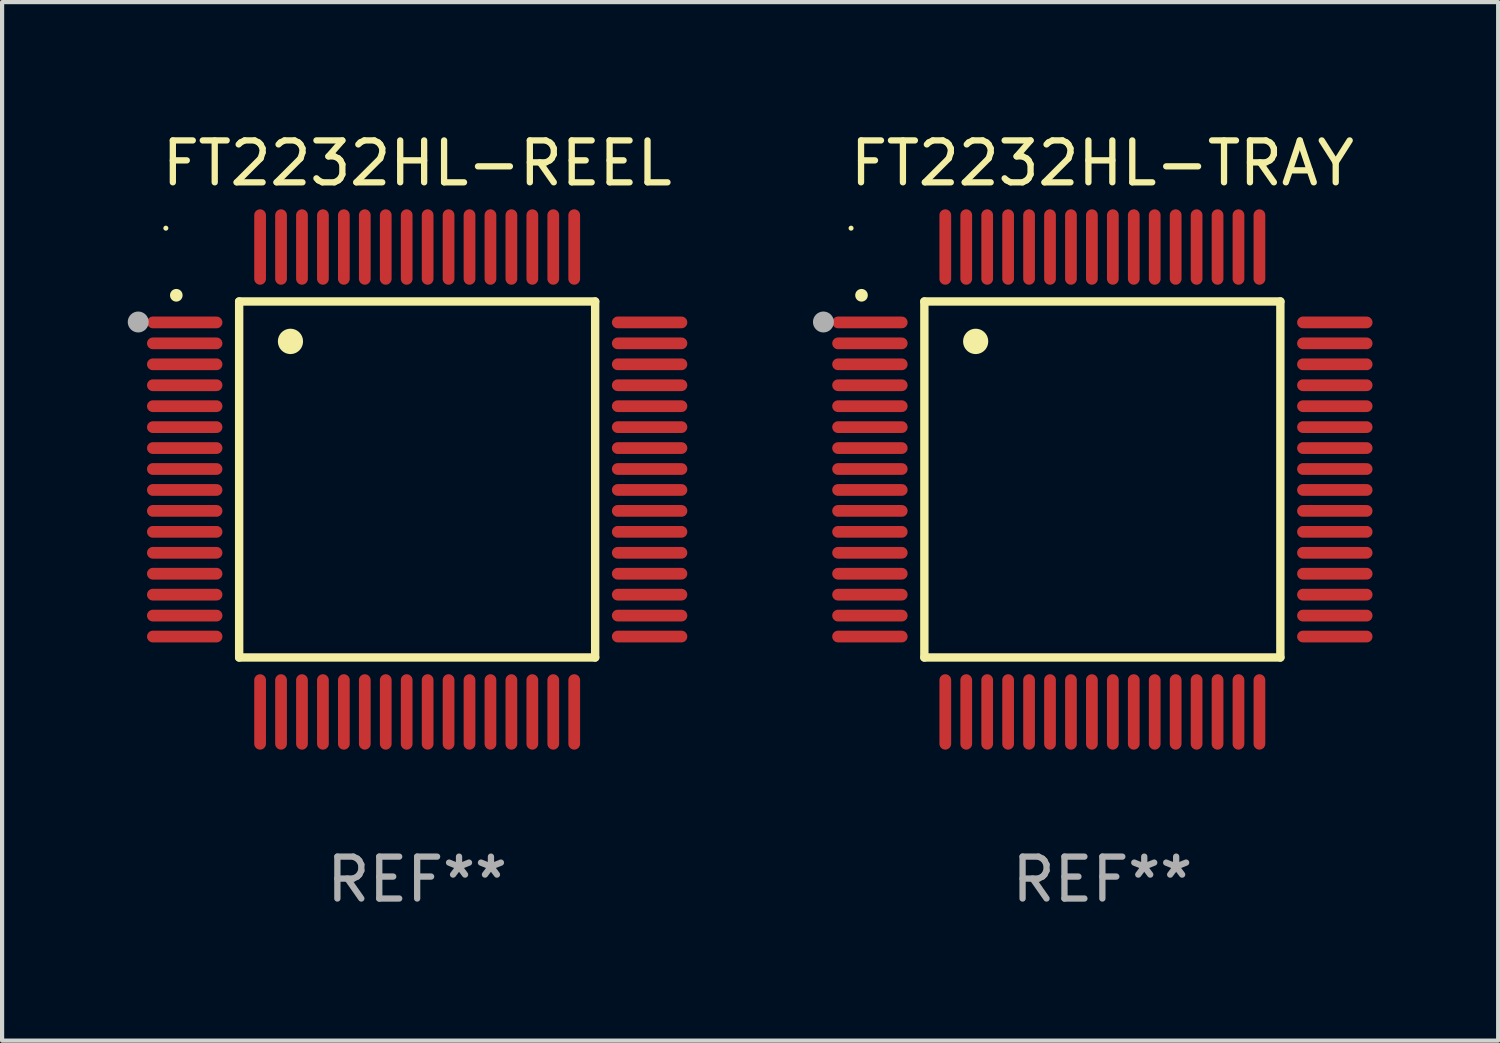
<source format=kicad_pcb>
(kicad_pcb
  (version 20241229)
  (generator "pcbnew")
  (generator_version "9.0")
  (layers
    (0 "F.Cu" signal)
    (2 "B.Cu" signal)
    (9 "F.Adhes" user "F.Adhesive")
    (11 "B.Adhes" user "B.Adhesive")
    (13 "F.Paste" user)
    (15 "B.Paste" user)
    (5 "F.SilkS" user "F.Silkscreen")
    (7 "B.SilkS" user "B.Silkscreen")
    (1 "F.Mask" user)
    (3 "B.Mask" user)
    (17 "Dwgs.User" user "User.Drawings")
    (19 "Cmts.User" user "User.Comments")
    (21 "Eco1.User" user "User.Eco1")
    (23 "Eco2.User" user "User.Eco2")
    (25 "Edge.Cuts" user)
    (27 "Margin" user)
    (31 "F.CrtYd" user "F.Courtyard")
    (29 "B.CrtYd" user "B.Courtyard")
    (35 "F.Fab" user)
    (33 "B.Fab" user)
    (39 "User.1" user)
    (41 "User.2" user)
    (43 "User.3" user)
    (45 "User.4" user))
  (footprint "FT2232HL-TRAY"
    (layer "F.Cu")
    (at 23.27 8.398)
    (property "Reference" "FT2232HL-TRAY" (at 0 -7.55 0) (layer "F.SilkS") (effects (font (size 1 1) (thickness 0.15))))
    (attr through_hole)
    (fp_line (start -4.25 -4.25) (end -4.25 4.25) (stroke (width 0.2) (type solid)) (layer "F.SilkS"))
    (fp_line (start -4.25 4.25) (end 4.25 4.25) (stroke (width 0.2) (type solid)) (layer "F.SilkS"))
    (fp_line (start 4.25 -4.25) (end -4.25 -4.25) (stroke (width 0.2) (type solid)) (layer "F.SilkS"))
    (fp_line (start 4.25 4.25) (end 4.25 -4.25) (stroke (width 0.2) (type solid)) (layer "F.SilkS"))
    (fp_arc (start -5.750572 -4.396749) (mid -5.750577 -4.398019) (end -5.750572 -4.399289) (stroke (width 0.3) (type solid)) (layer "F.SilkS"))
    (fp_arc (start -3.025146 -3.294387) (mid -3.025157 -3.296927) (end -3.025146 -3.299467) (stroke (width 0.6) (type solid)) (layer "F.SilkS"))
    (fp_circle (center -6 -6) (end -5.97 -6) (stroke (width 0.06) (type solid)) (fill no) (layer "F.SilkS"))
    (fp_circle (center -6.66 -3.76) (end -6.535 -3.76) (stroke (width 0.25) (type solid)) (fill no) (layer "F.Fab"))
    (fp_text user "REF**" (at 0 9.55 0) (layer "F.Fab") (effects (font (size 1 1) (thickness 0.15))))
    (pad "1" smd oval (at -5.55 -3.75) (size 1.8 0.28) (layers "F.Cu" "F.Mask" "F.Paste"))
    (pad "2" smd oval (at -5.55 -3.25) (size 1.8 0.28) (layers "F.Cu" "F.Mask" "F.Paste"))
    (pad "3" smd oval (at -5.55 -2.75) (size 1.8 0.28) (layers "F.Cu" "F.Mask" "F.Paste"))
    (pad "4" smd oval (at -5.55 -2.25) (size 1.8 0.28) (layers "F.Cu" "F.Mask" "F.Paste"))
    (pad "5" smd oval (at -5.55 -1.75) (size 1.8 0.28) (layers "F.Cu" "F.Mask" "F.Paste"))
    (pad "6" smd oval (at -5.55 -1.25) (size 1.8 0.28) (layers "F.Cu" "F.Mask" "F.Paste"))
    (pad "7" smd oval (at -5.55 -0.75) (size 1.8 0.28) (layers "F.Cu" "F.Mask" "F.Paste"))
    (pad "8" smd oval (at -5.55 -0.25) (size 1.8 0.28) (layers "F.Cu" "F.Mask" "F.Paste"))
    (pad "9" smd oval (at -5.55 0.25) (size 1.8 0.28) (layers "F.Cu" "F.Mask" "F.Paste"))
    (pad "10" smd oval (at -5.55 0.75) (size 1.8 0.28) (layers "F.Cu" "F.Mask" "F.Paste"))
    (pad "11" smd oval (at -5.55 1.25) (size 1.8 0.28) (layers "F.Cu" "F.Mask" "F.Paste"))
    (pad "12" smd oval (at -5.55 1.75) (size 1.8 0.28) (layers "F.Cu" "F.Mask" "F.Paste"))
    (pad "13" smd oval (at -5.55 2.25) (size 1.8 0.28) (layers "F.Cu" "F.Mask" "F.Paste"))
    (pad "14" smd oval (at -5.55 2.75) (size 1.8 0.28) (layers "F.Cu" "F.Mask" "F.Paste"))
    (pad "15" smd oval (at -5.55 3.25) (size 1.8 0.28) (layers "F.Cu" "F.Mask" "F.Paste"))
    (pad "16" smd oval (at -5.55 3.75) (size 1.8 0.28) (layers "F.Cu" "F.Mask" "F.Paste"))
    (pad "17" smd oval (at -3.75 5.55) (size 0.28 1.8) (layers "F.Cu" "F.Mask" "F.Paste"))
    (pad "18" smd oval (at -3.25 5.55) (size 0.28 1.8) (layers "F.Cu" "F.Mask" "F.Paste"))
    (pad "19" smd oval (at -2.75 5.55) (size 0.28 1.8) (layers "F.Cu" "F.Mask" "F.Paste"))
    (pad "20" smd oval (at -2.25 5.55) (size 0.28 1.8) (layers "F.Cu" "F.Mask" "F.Paste"))
    (pad "21" smd oval (at -1.75 5.55) (size 0.28 1.8) (layers "F.Cu" "F.Mask" "F.Paste"))
    (pad "22" smd oval (at -1.25 5.55) (size 0.28 1.8) (layers "F.Cu" "F.Mask" "F.Paste"))
    (pad "23" smd oval (at -0.75 5.55) (size 0.28 1.8) (layers "F.Cu" "F.Mask" "F.Paste"))
    (pad "24" smd oval (at -0.25 5.55) (size 0.28 1.8) (layers "F.Cu" "F.Mask" "F.Paste"))
    (pad "25" smd oval (at 0.25 5.55) (size 0.28 1.8) (layers "F.Cu" "F.Mask" "F.Paste"))
    (pad "26" smd oval (at 0.75 5.55) (size 0.28 1.8) (layers "F.Cu" "F.Mask" "F.Paste"))
    (pad "27" smd oval (at 1.25 5.55) (size 0.28 1.8) (layers "F.Cu" "F.Mask" "F.Paste"))
    (pad "28" smd oval (at 1.75 5.55) (size 0.28 1.8) (layers "F.Cu" "F.Mask" "F.Paste"))
    (pad "29" smd oval (at 2.25 5.55) (size 0.28 1.8) (layers "F.Cu" "F.Mask" "F.Paste"))
    (pad "30" smd oval (at 2.75 5.55) (size 0.28 1.8) (layers "F.Cu" "F.Mask" "F.Paste"))
    (pad "31" smd oval (at 3.25 5.55) (size 0.28 1.8) (layers "F.Cu" "F.Mask" "F.Paste"))
    (pad "32" smd oval (at 3.75 5.55) (size 0.28 1.8) (layers "F.Cu" "F.Mask" "F.Paste"))
    (pad "33" smd oval (at 5.55 3.75) (size 1.8 0.28) (layers "F.Cu" "F.Mask" "F.Paste"))
    (pad "34" smd oval (at 5.55 3.25) (size 1.8 0.28) (layers "F.Cu" "F.Mask" "F.Paste"))
    (pad "35" smd oval (at 5.55 2.75) (size 1.8 0.28) (layers "F.Cu" "F.Mask" "F.Paste"))
    (pad "36" smd oval (at 5.55 2.25) (size 1.8 0.28) (layers "F.Cu" "F.Mask" "F.Paste"))
    (pad "37" smd oval (at 5.55 1.75) (size 1.8 0.28) (layers "F.Cu" "F.Mask" "F.Paste"))
    (pad "38" smd oval (at 5.55 1.25) (size 1.8 0.28) (layers "F.Cu" "F.Mask" "F.Paste"))
    (pad "39" smd oval (at 5.55 0.75) (size 1.8 0.28) (layers "F.Cu" "F.Mask" "F.Paste"))
    (pad "40" smd oval (at 5.55 0.25) (size 1.8 0.28) (layers "F.Cu" "F.Mask" "F.Paste"))
    (pad "41" smd oval (at 5.55 -0.25) (size 1.8 0.28) (layers "F.Cu" "F.Mask" "F.Paste"))
    (pad "42" smd oval (at 5.55 -0.75) (size 1.8 0.28) (layers "F.Cu" "F.Mask" "F.Paste"))
    (pad "43" smd oval (at 5.55 -1.25) (size 1.8 0.28) (layers "F.Cu" "F.Mask" "F.Paste"))
    (pad "44" smd oval (at 5.55 -1.75) (size 1.8 0.28) (layers "F.Cu" "F.Mask" "F.Paste"))
    (pad "45" smd oval (at 5.55 -2.25) (size 1.8 0.28) (layers "F.Cu" "F.Mask" "F.Paste"))
    (pad "46" smd oval (at 5.55 -2.75) (size 1.8 0.28) (layers "F.Cu" "F.Mask" "F.Paste"))
    (pad "47" smd oval (at 5.55 -3.25) (size 1.8 0.28) (layers "F.Cu" "F.Mask" "F.Paste"))
    (pad "48" smd oval (at 5.55 -3.75) (size 1.8 0.28) (layers "F.Cu" "F.Mask" "F.Paste"))
    (pad "49" smd oval (at 3.75 -5.55) (size 0.28 1.8) (layers "F.Cu" "F.Mask" "F.Paste"))
    (pad "50" smd oval (at 3.25 -5.55) (size 0.28 1.8) (layers "F.Cu" "F.Mask" "F.Paste"))
    (pad "51" smd oval (at 2.75 -5.55) (size 0.28 1.8) (layers "F.Cu" "F.Mask" "F.Paste"))
    (pad "52" smd oval (at 2.25 -5.55) (size 0.28 1.8) (layers "F.Cu" "F.Mask" "F.Paste"))
    (pad "53" smd oval (at 1.75 -5.55) (size 0.28 1.8) (layers "F.Cu" "F.Mask" "F.Paste"))
    (pad "54" smd oval (at 1.25 -5.55) (size 0.28 1.8) (layers "F.Cu" "F.Mask" "F.Paste"))
    (pad "55" smd oval (at 0.75 -5.55) (size 0.28 1.8) (layers "F.Cu" "F.Mask" "F.Paste"))
    (pad "56" smd oval (at 0.25 -5.55) (size 0.28 1.8) (layers "F.Cu" "F.Mask" "F.Paste"))
    (pad "57" smd oval (at -0.25 -5.55) (size 0.28 1.8) (layers "F.Cu" "F.Mask" "F.Paste"))
    (pad "58" smd oval (at -0.75 -5.55) (size 0.28 1.8) (layers "F.Cu" "F.Mask" "F.Paste"))
    (pad "59" smd oval (at -1.25 -5.55) (size 0.28 1.8) (layers "F.Cu" "F.Mask" "F.Paste"))
    (pad "60" smd oval (at -1.75 -5.55) (size 0.28 1.8) (layers "F.Cu" "F.Mask" "F.Paste"))
    (pad "61" smd oval (at -2.25 -5.55) (size 0.28 1.8) (layers "F.Cu" "F.Mask" "F.Paste"))
    (pad "62" smd oval (at -2.75 -5.55) (size 0.28 1.8) (layers "F.Cu" "F.Mask" "F.Paste"))
    (pad "63" smd oval (at -3.25 -5.55) (size 0.28 1.8) (layers "F.Cu" "F.Mask" "F.Paste"))
    (pad "64" smd oval (at -3.75 -5.55) (size 0.28 1.8) (layers "F.Cu" "F.Mask" "F.Paste")))
  (footprint "FT2232HL-REEL"
    (layer "F.Cu")
    (at 6.91 8.398)
    (property "Reference" "FT2232HL-REEL" (at 0 -7.55 0) (layer "F.SilkS") (effects (font (size 1 1) (thickness 0.15))))
    (attr through_hole)
    (fp_line (start -4.25 -4.25) (end -4.25 4.25) (stroke (width 0.2) (type solid)) (layer "F.SilkS"))
    (fp_line (start -4.25 4.25) (end 4.25 4.25) (stroke (width 0.2) (type solid)) (layer "F.SilkS"))
    (fp_line (start 4.25 -4.25) (end -4.25 -4.25) (stroke (width 0.2) (type solid)) (layer "F.SilkS"))
    (fp_line (start 4.25 4.25) (end 4.25 -4.25) (stroke (width 0.2) (type solid)) (layer "F.SilkS"))
    (fp_arc (start -5.750572 -4.396749) (mid -5.750577 -4.398019) (end -5.750572 -4.399289) (stroke (width 0.3) (type solid)) (layer "F.SilkS"))
    (fp_arc (start -3.025146 -3.294387) (mid -3.025157 -3.296927) (end -3.025146 -3.299467) (stroke (width 0.6) (type solid)) (layer "F.SilkS"))
    (fp_circle (center -6 -6) (end -5.97 -6) (stroke (width 0.06) (type solid)) (fill no) (layer "F.SilkS"))
    (fp_circle (center -6.66 -3.76) (end -6.535 -3.76) (stroke (width 0.25) (type solid)) (fill no) (layer "F.Fab"))
    (fp_text user "REF**" (at 0 9.55 0) (layer "F.Fab") (effects (font (size 1 1) (thickness 0.15))))
    (pad "1" smd oval (at -5.55 -3.75) (size 1.8 0.28) (layers "F.Cu" "F.Mask" "F.Paste"))
    (pad "2" smd oval (at -5.55 -3.25) (size 1.8 0.28) (layers "F.Cu" "F.Mask" "F.Paste"))
    (pad "3" smd oval (at -5.55 -2.75) (size 1.8 0.28) (layers "F.Cu" "F.Mask" "F.Paste"))
    (pad "4" smd oval (at -5.55 -2.25) (size 1.8 0.28) (layers "F.Cu" "F.Mask" "F.Paste"))
    (pad "5" smd oval (at -5.55 -1.75) (size 1.8 0.28) (layers "F.Cu" "F.Mask" "F.Paste"))
    (pad "6" smd oval (at -5.55 -1.25) (size 1.8 0.28) (layers "F.Cu" "F.Mask" "F.Paste"))
    (pad "7" smd oval (at -5.55 -0.75) (size 1.8 0.28) (layers "F.Cu" "F.Mask" "F.Paste"))
    (pad "8" smd oval (at -5.55 -0.25) (size 1.8 0.28) (layers "F.Cu" "F.Mask" "F.Paste"))
    (pad "9" smd oval (at -5.55 0.25) (size 1.8 0.28) (layers "F.Cu" "F.Mask" "F.Paste"))
    (pad "10" smd oval (at -5.55 0.75) (size 1.8 0.28) (layers "F.Cu" "F.Mask" "F.Paste"))
    (pad "11" smd oval (at -5.55 1.25) (size 1.8 0.28) (layers "F.Cu" "F.Mask" "F.Paste"))
    (pad "12" smd oval (at -5.55 1.75) (size 1.8 0.28) (layers "F.Cu" "F.Mask" "F.Paste"))
    (pad "13" smd oval (at -5.55 2.25) (size 1.8 0.28) (layers "F.Cu" "F.Mask" "F.Paste"))
    (pad "14" smd oval (at -5.55 2.75) (size 1.8 0.28) (layers "F.Cu" "F.Mask" "F.Paste"))
    (pad "15" smd oval (at -5.55 3.25) (size 1.8 0.28) (layers "F.Cu" "F.Mask" "F.Paste"))
    (pad "16" smd oval (at -5.55 3.75) (size 1.8 0.28) (layers "F.Cu" "F.Mask" "F.Paste"))
    (pad "17" smd oval (at -3.75 5.55) (size 0.28 1.8) (layers "F.Cu" "F.Mask" "F.Paste"))
    (pad "18" smd oval (at -3.25 5.55) (size 0.28 1.8) (layers "F.Cu" "F.Mask" "F.Paste"))
    (pad "19" smd oval (at -2.75 5.55) (size 0.28 1.8) (layers "F.Cu" "F.Mask" "F.Paste"))
    (pad "20" smd oval (at -2.25 5.55) (size 0.28 1.8) (layers "F.Cu" "F.Mask" "F.Paste"))
    (pad "21" smd oval (at -1.75 5.55) (size 0.28 1.8) (layers "F.Cu" "F.Mask" "F.Paste"))
    (pad "22" smd oval (at -1.25 5.55) (size 0.28 1.8) (layers "F.Cu" "F.Mask" "F.Paste"))
    (pad "23" smd oval (at -0.75 5.55) (size 0.28 1.8) (layers "F.Cu" "F.Mask" "F.Paste"))
    (pad "24" smd oval (at -0.25 5.55) (size 0.28 1.8) (layers "F.Cu" "F.Mask" "F.Paste"))
    (pad "25" smd oval (at 0.25 5.55) (size 0.28 1.8) (layers "F.Cu" "F.Mask" "F.Paste"))
    (pad "26" smd oval (at 0.75 5.55) (size 0.28 1.8) (layers "F.Cu" "F.Mask" "F.Paste"))
    (pad "27" smd oval (at 1.25 5.55) (size 0.28 1.8) (layers "F.Cu" "F.Mask" "F.Paste"))
    (pad "28" smd oval (at 1.75 5.55) (size 0.28 1.8) (layers "F.Cu" "F.Mask" "F.Paste"))
    (pad "29" smd oval (at 2.25 5.55) (size 0.28 1.8) (layers "F.Cu" "F.Mask" "F.Paste"))
    (pad "30" smd oval (at 2.75 5.55) (size 0.28 1.8) (layers "F.Cu" "F.Mask" "F.Paste"))
    (pad "31" smd oval (at 3.25 5.55) (size 0.28 1.8) (layers "F.Cu" "F.Mask" "F.Paste"))
    (pad "32" smd oval (at 3.75 5.55) (size 0.28 1.8) (layers "F.Cu" "F.Mask" "F.Paste"))
    (pad "33" smd oval (at 5.55 3.75) (size 1.8 0.28) (layers "F.Cu" "F.Mask" "F.Paste"))
    (pad "34" smd oval (at 5.55 3.25) (size 1.8 0.28) (layers "F.Cu" "F.Mask" "F.Paste"))
    (pad "35" smd oval (at 5.55 2.75) (size 1.8 0.28) (layers "F.Cu" "F.Mask" "F.Paste"))
    (pad "36" smd oval (at 5.55 2.25) (size 1.8 0.28) (layers "F.Cu" "F.Mask" "F.Paste"))
    (pad "37" smd oval (at 5.55 1.75) (size 1.8 0.28) (layers "F.Cu" "F.Mask" "F.Paste"))
    (pad "38" smd oval (at 5.55 1.25) (size 1.8 0.28) (layers "F.Cu" "F.Mask" "F.Paste"))
    (pad "39" smd oval (at 5.55 0.75) (size 1.8 0.28) (layers "F.Cu" "F.Mask" "F.Paste"))
    (pad "40" smd oval (at 5.55 0.25) (size 1.8 0.28) (layers "F.Cu" "F.Mask" "F.Paste"))
    (pad "41" smd oval (at 5.55 -0.25) (size 1.8 0.28) (layers "F.Cu" "F.Mask" "F.Paste"))
    (pad "42" smd oval (at 5.55 -0.75) (size 1.8 0.28) (layers "F.Cu" "F.Mask" "F.Paste"))
    (pad "43" smd oval (at 5.55 -1.25) (size 1.8 0.28) (layers "F.Cu" "F.Mask" "F.Paste"))
    (pad "44" smd oval (at 5.55 -1.75) (size 1.8 0.28) (layers "F.Cu" "F.Mask" "F.Paste"))
    (pad "45" smd oval (at 5.55 -2.25) (size 1.8 0.28) (layers "F.Cu" "F.Mask" "F.Paste"))
    (pad "46" smd oval (at 5.55 -2.75) (size 1.8 0.28) (layers "F.Cu" "F.Mask" "F.Paste"))
    (pad "47" smd oval (at 5.55 -3.25) (size 1.8 0.28) (layers "F.Cu" "F.Mask" "F.Paste"))
    (pad "48" smd oval (at 5.55 -3.75) (size 1.8 0.28) (layers "F.Cu" "F.Mask" "F.Paste"))
    (pad "49" smd oval (at 3.75 -5.55) (size 0.28 1.8) (layers "F.Cu" "F.Mask" "F.Paste"))
    (pad "50" smd oval (at 3.25 -5.55) (size 0.28 1.8) (layers "F.Cu" "F.Mask" "F.Paste"))
    (pad "51" smd oval (at 2.75 -5.55) (size 0.28 1.8) (layers "F.Cu" "F.Mask" "F.Paste"))
    (pad "52" smd oval (at 2.25 -5.55) (size 0.28 1.8) (layers "F.Cu" "F.Mask" "F.Paste"))
    (pad "53" smd oval (at 1.75 -5.55) (size 0.28 1.8) (layers "F.Cu" "F.Mask" "F.Paste"))
    (pad "54" smd oval (at 1.25 -5.55) (size 0.28 1.8) (layers "F.Cu" "F.Mask" "F.Paste"))
    (pad "55" smd oval (at 0.75 -5.55) (size 0.28 1.8) (layers "F.Cu" "F.Mask" "F.Paste"))
    (pad "56" smd oval (at 0.25 -5.55) (size 0.28 1.8) (layers "F.Cu" "F.Mask" "F.Paste"))
    (pad "57" smd oval (at -0.25 -5.55) (size 0.28 1.8) (layers "F.Cu" "F.Mask" "F.Paste"))
    (pad "58" smd oval (at -0.75 -5.55) (size 0.28 1.8) (layers "F.Cu" "F.Mask" "F.Paste"))
    (pad "59" smd oval (at -1.25 -5.55) (size 0.28 1.8) (layers "F.Cu" "F.Mask" "F.Paste"))
    (pad "60" smd oval (at -1.75 -5.55) (size 0.28 1.8) (layers "F.Cu" "F.Mask" "F.Paste"))
    (pad "61" smd oval (at -2.25 -5.55) (size 0.28 1.8) (layers "F.Cu" "F.Mask" "F.Paste"))
    (pad "62" smd oval (at -2.75 -5.55) (size 0.28 1.8) (layers "F.Cu" "F.Mask" "F.Paste"))
    (pad "63" smd oval (at -3.25 -5.55) (size 0.28 1.8) (layers "F.Cu" "F.Mask" "F.Paste"))
    (pad "64" smd oval (at -3.75 -5.55) (size 0.28 1.8) (layers "F.Cu" "F.Mask" "F.Paste")))
  (gr_rect
    (start -3 -3)
    (end 32.72 21.796)
    (stroke (width 0.1) (type default))
    (fill no)
    (layer "Edge.Cuts")))
</source>
